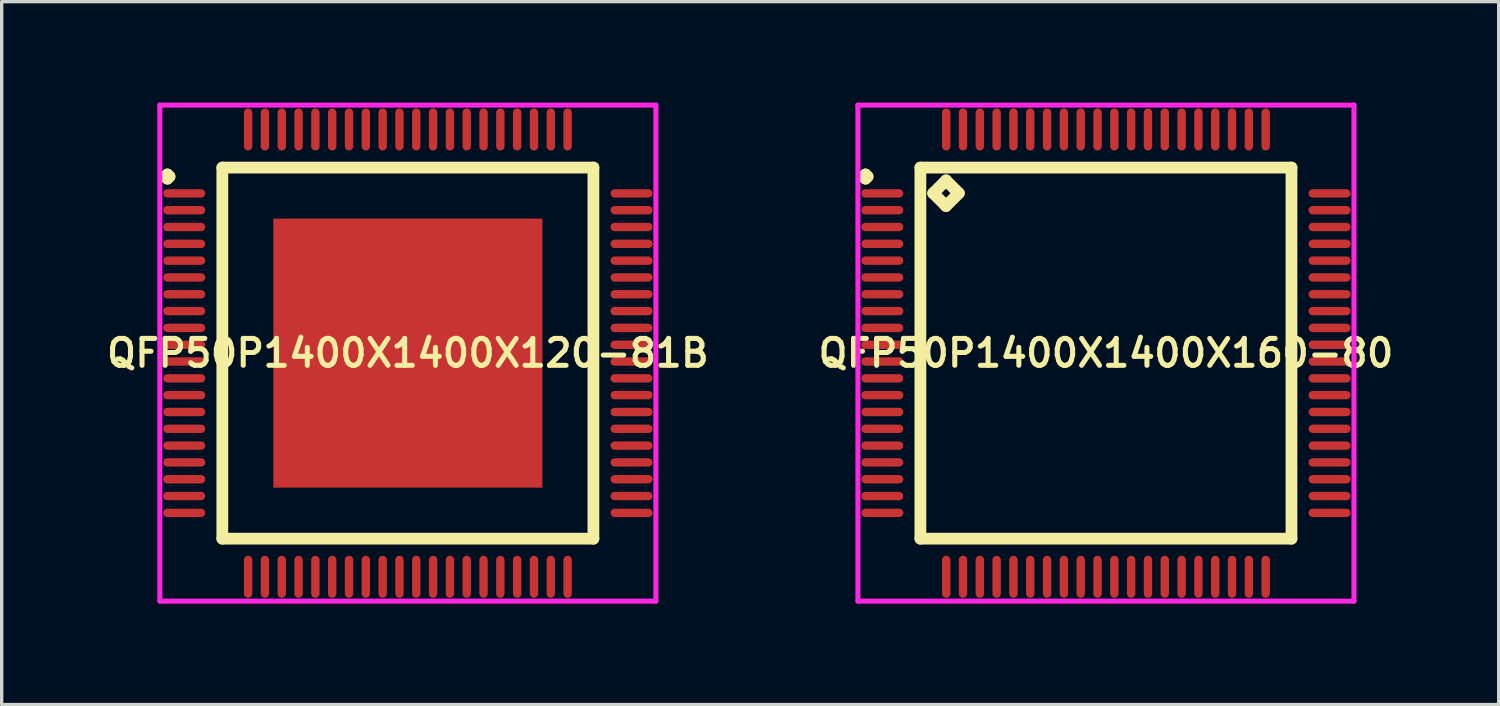
<source format=kicad_pcb>
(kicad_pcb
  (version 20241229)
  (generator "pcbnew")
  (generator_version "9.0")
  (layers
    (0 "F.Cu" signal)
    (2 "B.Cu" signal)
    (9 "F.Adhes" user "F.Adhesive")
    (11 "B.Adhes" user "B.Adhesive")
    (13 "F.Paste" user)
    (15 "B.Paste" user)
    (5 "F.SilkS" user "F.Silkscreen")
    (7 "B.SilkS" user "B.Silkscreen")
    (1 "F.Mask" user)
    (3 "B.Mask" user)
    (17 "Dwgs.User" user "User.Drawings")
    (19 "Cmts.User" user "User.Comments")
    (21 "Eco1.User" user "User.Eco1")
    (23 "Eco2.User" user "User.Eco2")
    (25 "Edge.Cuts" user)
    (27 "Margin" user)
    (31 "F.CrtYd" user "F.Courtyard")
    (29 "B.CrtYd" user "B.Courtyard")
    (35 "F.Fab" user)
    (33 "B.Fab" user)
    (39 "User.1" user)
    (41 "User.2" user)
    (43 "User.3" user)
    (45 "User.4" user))
  (footprint "QFP50P1400X1400X160-80"
    (layer "F.Cu")
    (at 29.835 7.45)
    (property "Reference" "QFP50P1400X1400X160-80" (at 0 0 0) (layer "F.SilkS") (effects (font (size 0.8 0.8) (thickness 0.15))))
    (attr smd)
    (fp_line (start -7.213 -5.25) (end -7.15 -5.312) (stroke (width 0.35) (type solid)) (layer "F.SilkS"))
    (fp_line (start -7.15 -5.312) (end -7.088 -5.25) (stroke (width 0.35) (type solid)) (layer "F.SilkS"))
    (fp_line (start -7.15 -5.188) (end -7.213 -5.25) (stroke (width 0.35) (type solid)) (layer "F.SilkS"))
    (fp_line (start -7.088 -5.25) (end -7.15 -5.188) (stroke (width 0.35) (type solid)) (layer "F.SilkS"))
    (fp_line (start -5.517 -5.517) (end -5.517 5.517) (stroke (width 0.35) (type solid)) (layer "F.SilkS"))
    (fp_line (start -5.517 5.517) (end 5.517 5.517) (stroke (width 0.35) (type solid)) (layer "F.SilkS"))
    (fp_line (start -5.136 -4.755) (end -4.755 -5.136) (stroke (width 0.35) (type solid)) (layer "F.SilkS"))
    (fp_line (start -4.755 -5.136) (end -4.374 -4.755) (stroke (width 0.35) (type solid)) (layer "F.SilkS"))
    (fp_line (start -4.755 -4.374) (end -5.136 -4.755) (stroke (width 0.35) (type solid)) (layer "F.SilkS"))
    (fp_line (start -4.374 -4.755) (end -4.755 -4.374) (stroke (width 0.35) (type solid)) (layer "F.SilkS"))
    (fp_line (start 5.517 -5.517) (end -5.517 -5.517) (stroke (width 0.35) (type solid)) (layer "F.SilkS"))
    (fp_line (start 5.517 5.517) (end 5.517 -5.517) (stroke (width 0.35) (type solid)) (layer "F.SilkS"))
    (fp_line (start -7.375 -7.375) (end 7.375 -7.375) (stroke (width 0.15) (type solid)) (layer "F.CrtYd"))
    (fp_line (start -7.375 7.375) (end -7.375 -7.375) (stroke (width 0.15) (type solid)) (layer "F.CrtYd"))
    (fp_line (start 7.375 -7.375) (end 7.375 7.375) (stroke (width 0.15) (type solid)) (layer "F.CrtYd"))
    (fp_line (start 7.375 7.375) (end -7.375 7.375) (stroke (width 0.15) (type solid)) (layer "F.CrtYd"))
    (pad "1" smd oval (at -6.65 -4.75) (size 1.25 0.25) (layers "F.Cu" "F.Mask" "F.Paste"))
    (pad "2" smd oval (at -6.65 -4.25) (size 1.25 0.25) (layers "F.Cu" "F.Mask" "F.Paste"))
    (pad "3" smd oval (at -6.65 -3.75) (size 1.25 0.25) (layers "F.Cu" "F.Mask" "F.Paste"))
    (pad "4" smd oval (at -6.65 -3.25) (size 1.25 0.25) (layers "F.Cu" "F.Mask" "F.Paste"))
    (pad "5" smd oval (at -6.65 -2.75) (size 1.25 0.25) (layers "F.Cu" "F.Mask" "F.Paste"))
    (pad "6" smd oval (at -6.65 -2.25) (size 1.25 0.25) (layers "F.Cu" "F.Mask" "F.Paste"))
    (pad "7" smd oval (at -6.65 -1.75) (size 1.25 0.25) (layers "F.Cu" "F.Mask" "F.Paste"))
    (pad "8" smd oval (at -6.65 -1.25) (size 1.25 0.25) (layers "F.Cu" "F.Mask" "F.Paste"))
    (pad "9" smd oval (at -6.65 -0.75) (size 1.25 0.25) (layers "F.Cu" "F.Mask" "F.Paste"))
    (pad "10" smd oval (at -6.65 -0.25) (size 1.25 0.25) (layers "F.Cu" "F.Mask" "F.Paste"))
    (pad "11" smd oval (at -6.65 0.25) (size 1.25 0.25) (layers "F.Cu" "F.Mask" "F.Paste"))
    (pad "12" smd oval (at -6.65 0.75) (size 1.25 0.25) (layers "F.Cu" "F.Mask" "F.Paste"))
    (pad "13" smd oval (at -6.65 1.25) (size 1.25 0.25) (layers "F.Cu" "F.Mask" "F.Paste"))
    (pad "14" smd oval (at -6.65 1.75) (size 1.25 0.25) (layers "F.Cu" "F.Mask" "F.Paste"))
    (pad "15" smd oval (at -6.65 2.25) (size 1.25 0.25) (layers "F.Cu" "F.Mask" "F.Paste"))
    (pad "16" smd oval (at -6.65 2.75) (size 1.25 0.25) (layers "F.Cu" "F.Mask" "F.Paste"))
    (pad "17" smd oval (at -6.65 3.25) (size 1.25 0.25) (layers "F.Cu" "F.Mask" "F.Paste"))
    (pad "18" smd oval (at -6.65 3.75) (size 1.25 0.25) (layers "F.Cu" "F.Mask" "F.Paste"))
    (pad "19" smd oval (at -6.65 4.25) (size 1.25 0.25) (layers "F.Cu" "F.Mask" "F.Paste"))
    (pad "20" smd oval (at -6.65 4.75) (size 1.25 0.25) (layers "F.Cu" "F.Mask" "F.Paste"))
    (pad "21" smd oval (at -4.75 6.65) (size 0.25 1.25) (layers "F.Cu" "F.Mask" "F.Paste"))
    (pad "22" smd oval (at -4.25 6.65) (size 0.25 1.25) (layers "F.Cu" "F.Mask" "F.Paste"))
    (pad "23" smd oval (at -3.75 6.65) (size 0.25 1.25) (layers "F.Cu" "F.Mask" "F.Paste"))
    (pad "24" smd oval (at -3.25 6.65) (size 0.25 1.25) (layers "F.Cu" "F.Mask" "F.Paste"))
    (pad "25" smd oval (at -2.75 6.65) (size 0.25 1.25) (layers "F.Cu" "F.Mask" "F.Paste"))
    (pad "26" smd oval (at -2.25 6.65) (size 0.25 1.25) (layers "F.Cu" "F.Mask" "F.Paste"))
    (pad "27" smd oval (at -1.75 6.65) (size 0.25 1.25) (layers "F.Cu" "F.Mask" "F.Paste"))
    (pad "28" smd oval (at -1.25 6.65) (size 0.25 1.25) (layers "F.Cu" "F.Mask" "F.Paste"))
    (pad "29" smd oval (at -0.75 6.65) (size 0.25 1.25) (layers "F.Cu" "F.Mask" "F.Paste"))
    (pad "30" smd oval (at -0.25 6.65) (size 0.25 1.25) (layers "F.Cu" "F.Mask" "F.Paste"))
    (pad "31" smd oval (at 0.25 6.65) (size 0.25 1.25) (layers "F.Cu" "F.Mask" "F.Paste"))
    (pad "32" smd oval (at 0.75 6.65) (size 0.25 1.25) (layers "F.Cu" "F.Mask" "F.Paste"))
    (pad "33" smd oval (at 1.25 6.65) (size 0.25 1.25) (layers "F.Cu" "F.Mask" "F.Paste"))
    (pad "34" smd oval (at 1.75 6.65) (size 0.25 1.25) (layers "F.Cu" "F.Mask" "F.Paste"))
    (pad "35" smd oval (at 2.25 6.65) (size 0.25 1.25) (layers "F.Cu" "F.Mask" "F.Paste"))
    (pad "36" smd oval (at 2.75 6.65) (size 0.25 1.25) (layers "F.Cu" "F.Mask" "F.Paste"))
    (pad "37" smd oval (at 3.25 6.65) (size 0.25 1.25) (layers "F.Cu" "F.Mask" "F.Paste"))
    (pad "38" smd oval (at 3.75 6.65) (size 0.25 1.25) (layers "F.Cu" "F.Mask" "F.Paste"))
    (pad "39" smd oval (at 4.25 6.65) (size 0.25 1.25) (layers "F.Cu" "F.Mask" "F.Paste"))
    (pad "40" smd oval (at 4.75 6.65) (size 0.25 1.25) (layers "F.Cu" "F.Mask" "F.Paste"))
    (pad "41" smd oval (at 6.65 4.75) (size 1.25 0.25) (layers "F.Cu" "F.Mask" "F.Paste"))
    (pad "42" smd oval (at 6.65 4.25) (size 1.25 0.25) (layers "F.Cu" "F.Mask" "F.Paste"))
    (pad "43" smd oval (at 6.65 3.75) (size 1.25 0.25) (layers "F.Cu" "F.Mask" "F.Paste"))
    (pad "44" smd oval (at 6.65 3.25) (size 1.25 0.25) (layers "F.Cu" "F.Mask" "F.Paste"))
    (pad "45" smd oval (at 6.65 2.75) (size 1.25 0.25) (layers "F.Cu" "F.Mask" "F.Paste"))
    (pad "46" smd oval (at 6.65 2.25) (size 1.25 0.25) (layers "F.Cu" "F.Mask" "F.Paste"))
    (pad "47" smd oval (at 6.65 1.75) (size 1.25 0.25) (layers "F.Cu" "F.Mask" "F.Paste"))
    (pad "48" smd oval (at 6.65 1.25) (size 1.25 0.25) (layers "F.Cu" "F.Mask" "F.Paste"))
    (pad "49" smd oval (at 6.65 0.75) (size 1.25 0.25) (layers "F.Cu" "F.Mask" "F.Paste"))
    (pad "50" smd oval (at 6.65 0.25) (size 1.25 0.25) (layers "F.Cu" "F.Mask" "F.Paste"))
    (pad "51" smd oval (at 6.65 -0.25) (size 1.25 0.25) (layers "F.Cu" "F.Mask" "F.Paste"))
    (pad "52" smd oval (at 6.65 -0.75) (size 1.25 0.25) (layers "F.Cu" "F.Mask" "F.Paste"))
    (pad "53" smd oval (at 6.65 -1.25) (size 1.25 0.25) (layers "F.Cu" "F.Mask" "F.Paste"))
    (pad "54" smd oval (at 6.65 -1.75) (size 1.25 0.25) (layers "F.Cu" "F.Mask" "F.Paste"))
    (pad "55" smd oval (at 6.65 -2.25) (size 1.25 0.25) (layers "F.Cu" "F.Mask" "F.Paste"))
    (pad "56" smd oval (at 6.65 -2.75) (size 1.25 0.25) (layers "F.Cu" "F.Mask" "F.Paste"))
    (pad "57" smd oval (at 6.65 -3.25) (size 1.25 0.25) (layers "F.Cu" "F.Mask" "F.Paste"))
    (pad "58" smd oval (at 6.65 -3.75) (size 1.25 0.25) (layers "F.Cu" "F.Mask" "F.Paste"))
    (pad "59" smd oval (at 6.65 -4.25) (size 1.25 0.25) (layers "F.Cu" "F.Mask" "F.Paste"))
    (pad "60" smd oval (at 6.65 -4.75) (size 1.25 0.25) (layers "F.Cu" "F.Mask" "F.Paste"))
    (pad "61" smd oval (at 4.75 -6.65) (size 0.25 1.25) (layers "F.Cu" "F.Mask" "F.Paste"))
    (pad "62" smd oval (at 4.25 -6.65) (size 0.25 1.25) (layers "F.Cu" "F.Mask" "F.Paste"))
    (pad "63" smd oval (at 3.75 -6.65) (size 0.25 1.25) (layers "F.Cu" "F.Mask" "F.Paste"))
    (pad "64" smd oval (at 3.25 -6.65) (size 0.25 1.25) (layers "F.Cu" "F.Mask" "F.Paste"))
    (pad "65" smd oval (at 2.75 -6.65) (size 0.25 1.25) (layers "F.Cu" "F.Mask" "F.Paste"))
    (pad "66" smd oval (at 2.25 -6.65) (size 0.25 1.25) (layers "F.Cu" "F.Mask" "F.Paste"))
    (pad "67" smd oval (at 1.75 -6.65) (size 0.25 1.25) (layers "F.Cu" "F.Mask" "F.Paste"))
    (pad "68" smd oval (at 1.25 -6.65) (size 0.25 1.25) (layers "F.Cu" "F.Mask" "F.Paste"))
    (pad "69" smd oval (at 0.75 -6.65) (size 0.25 1.25) (layers "F.Cu" "F.Mask" "F.Paste"))
    (pad "70" smd oval (at 0.25 -6.65) (size 0.25 1.25) (layers "F.Cu" "F.Mask" "F.Paste"))
    (pad "71" smd oval (at -0.25 -6.65) (size 0.25 1.25) (layers "F.Cu" "F.Mask" "F.Paste"))
    (pad "72" smd oval (at -0.75 -6.65) (size 0.25 1.25) (layers "F.Cu" "F.Mask" "F.Paste"))
    (pad "73" smd oval (at -1.25 -6.65) (size 0.25 1.25) (layers "F.Cu" "F.Mask" "F.Paste"))
    (pad "74" smd oval (at -1.75 -6.65) (size 0.25 1.25) (layers "F.Cu" "F.Mask" "F.Paste"))
    (pad "75" smd oval (at -2.25 -6.65) (size 0.25 1.25) (layers "F.Cu" "F.Mask" "F.Paste"))
    (pad "76" smd oval (at -2.75 -6.65) (size 0.25 1.25) (layers "F.Cu" "F.Mask" "F.Paste"))
    (pad "77" smd oval (at -3.25 -6.65) (size 0.25 1.25) (layers "F.Cu" "F.Mask" "F.Paste"))
    (pad "78" smd oval (at -3.75 -6.65) (size 0.25 1.25) (layers "F.Cu" "F.Mask" "F.Paste"))
    (pad "79" smd oval (at -4.25 -6.65) (size 0.25 1.25) (layers "F.Cu" "F.Mask" "F.Paste"))
    (pad "80" smd oval (at -4.75 -6.65) (size 0.25 1.25) (layers "F.Cu" "F.Mask" "F.Paste")))
  (footprint "QFP50P1400X1400X120-81B"
    (layer "F.Cu")
    (at 9.078 7.45)
    (property "Reference" "QFP50P1400X1400X120-81B" (at 0 0 0) (layer "F.SilkS") (effects (font (size 0.8 0.8) (thickness 0.15))))
    (attr smd)
    (fp_line (start -7.213 -5.25) (end -7.15 -5.312) (stroke (width 0.35) (type solid)) (layer "F.SilkS"))
    (fp_line (start -7.15 -5.312) (end -7.088 -5.25) (stroke (width 0.35) (type solid)) (layer "F.SilkS"))
    (fp_line (start -7.15 -5.188) (end -7.213 -5.25) (stroke (width 0.35) (type solid)) (layer "F.SilkS"))
    (fp_line (start -7.088 -5.25) (end -7.15 -5.188) (stroke (width 0.35) (type solid)) (layer "F.SilkS"))
    (fp_line (start -5.517 -5.517) (end -5.517 5.517) (stroke (width 0.35) (type solid)) (layer "F.SilkS"))
    (fp_line (start -5.517 5.517) (end 5.517 5.517) (stroke (width 0.35) (type solid)) (layer "F.SilkS"))
    (fp_line (start 5.517 -5.517) (end -5.517 -5.517) (stroke (width 0.35) (type solid)) (layer "F.SilkS"))
    (fp_line (start 5.517 5.517) (end 5.517 -5.517) (stroke (width 0.35) (type solid)) (layer "F.SilkS"))
    (fp_line (start -7.375 -7.375) (end 7.375 -7.375) (stroke (width 0.15) (type solid)) (layer "F.CrtYd"))
    (fp_line (start -7.375 7.375) (end -7.375 -7.375) (stroke (width 0.15) (type solid)) (layer "F.CrtYd"))
    (fp_line (start 7.375 -7.375) (end 7.375 7.375) (stroke (width 0.15) (type solid)) (layer "F.CrtYd"))
    (fp_line (start 7.375 7.375) (end -7.375 7.375) (stroke (width 0.15) (type solid)) (layer "F.CrtYd"))
    (pad "1" smd oval (at -6.65 -4.75) (size 1.25 0.25) (layers "F.Cu" "F.Mask" "F.Paste"))
    (pad "2" smd oval (at -6.65 -4.25) (size 1.25 0.25) (layers "F.Cu" "F.Mask" "F.Paste"))
    (pad "3" smd oval (at -6.65 -3.75) (size 1.25 0.25) (layers "F.Cu" "F.Mask" "F.Paste"))
    (pad "4" smd oval (at -6.65 -3.25) (size 1.25 0.25) (layers "F.Cu" "F.Mask" "F.Paste"))
    (pad "5" smd oval (at -6.65 -2.75) (size 1.25 0.25) (layers "F.Cu" "F.Mask" "F.Paste"))
    (pad "6" smd oval (at -6.65 -2.25) (size 1.25 0.25) (layers "F.Cu" "F.Mask" "F.Paste"))
    (pad "7" smd oval (at -6.65 -1.75) (size 1.25 0.25) (layers "F.Cu" "F.Mask" "F.Paste"))
    (pad "8" smd oval (at -6.65 -1.25) (size 1.25 0.25) (layers "F.Cu" "F.Mask" "F.Paste"))
    (pad "9" smd oval (at -6.65 -0.75) (size 1.25 0.25) (layers "F.Cu" "F.Mask" "F.Paste"))
    (pad "10" smd oval (at -6.65 -0.25) (size 1.25 0.25) (layers "F.Cu" "F.Mask" "F.Paste"))
    (pad "11" smd oval (at -6.65 0.25) (size 1.25 0.25) (layers "F.Cu" "F.Mask" "F.Paste"))
    (pad "12" smd oval (at -6.65 0.75) (size 1.25 0.25) (layers "F.Cu" "F.Mask" "F.Paste"))
    (pad "13" smd oval (at -6.65 1.25) (size 1.25 0.25) (layers "F.Cu" "F.Mask" "F.Paste"))
    (pad "14" smd oval (at -6.65 1.75) (size 1.25 0.25) (layers "F.Cu" "F.Mask" "F.Paste"))
    (pad "15" smd oval (at -6.65 2.25) (size 1.25 0.25) (layers "F.Cu" "F.Mask" "F.Paste"))
    (pad "16" smd oval (at -6.65 2.75) (size 1.25 0.25) (layers "F.Cu" "F.Mask" "F.Paste"))
    (pad "17" smd oval (at -6.65 3.25) (size 1.25 0.25) (layers "F.Cu" "F.Mask" "F.Paste"))
    (pad "18" smd oval (at -6.65 3.75) (size 1.25 0.25) (layers "F.Cu" "F.Mask" "F.Paste"))
    (pad "19" smd oval (at -6.65 4.25) (size 1.25 0.25) (layers "F.Cu" "F.Mask" "F.Paste"))
    (pad "20" smd oval (at -6.65 4.75) (size 1.25 0.25) (layers "F.Cu" "F.Mask" "F.Paste"))
    (pad "21" smd oval (at -4.75 6.65) (size 0.25 1.25) (layers "F.Cu" "F.Mask" "F.Paste"))
    (pad "22" smd oval (at -4.25 6.65) (size 0.25 1.25) (layers "F.Cu" "F.Mask" "F.Paste"))
    (pad "23" smd oval (at -3.75 6.65) (size 0.25 1.25) (layers "F.Cu" "F.Mask" "F.Paste"))
    (pad "24" smd oval (at -3.25 6.65) (size 0.25 1.25) (layers "F.Cu" "F.Mask" "F.Paste"))
    (pad "25" smd oval (at -2.75 6.65) (size 0.25 1.25) (layers "F.Cu" "F.Mask" "F.Paste"))
    (pad "26" smd oval (at -2.25 6.65) (size 0.25 1.25) (layers "F.Cu" "F.Mask" "F.Paste"))
    (pad "27" smd oval (at -1.75 6.65) (size 0.25 1.25) (layers "F.Cu" "F.Mask" "F.Paste"))
    (pad "28" smd oval (at -1.25 6.65) (size 0.25 1.25) (layers "F.Cu" "F.Mask" "F.Paste"))
    (pad "29" smd oval (at -0.75 6.65) (size 0.25 1.25) (layers "F.Cu" "F.Mask" "F.Paste"))
    (pad "30" smd oval (at -0.25 6.65) (size 0.25 1.25) (layers "F.Cu" "F.Mask" "F.Paste"))
    (pad "31" smd oval (at 0.25 6.65) (size 0.25 1.25) (layers "F.Cu" "F.Mask" "F.Paste"))
    (pad "32" smd oval (at 0.75 6.65) (size 0.25 1.25) (layers "F.Cu" "F.Mask" "F.Paste"))
    (pad "33" smd oval (at 1.25 6.65) (size 0.25 1.25) (layers "F.Cu" "F.Mask" "F.Paste"))
    (pad "34" smd oval (at 1.75 6.65) (size 0.25 1.25) (layers "F.Cu" "F.Mask" "F.Paste"))
    (pad "35" smd oval (at 2.25 6.65) (size 0.25 1.25) (layers "F.Cu" "F.Mask" "F.Paste"))
    (pad "36" smd oval (at 2.75 6.65) (size 0.25 1.25) (layers "F.Cu" "F.Mask" "F.Paste"))
    (pad "37" smd oval (at 3.25 6.65) (size 0.25 1.25) (layers "F.Cu" "F.Mask" "F.Paste"))
    (pad "38" smd oval (at 3.75 6.65) (size 0.25 1.25) (layers "F.Cu" "F.Mask" "F.Paste"))
    (pad "39" smd oval (at 4.25 6.65) (size 0.25 1.25) (layers "F.Cu" "F.Mask" "F.Paste"))
    (pad "40" smd oval (at 4.75 6.65) (size 0.25 1.25) (layers "F.Cu" "F.Mask" "F.Paste"))
    (pad "41" smd oval (at 6.65 4.75) (size 1.25 0.25) (layers "F.Cu" "F.Mask" "F.Paste"))
    (pad "42" smd oval (at 6.65 4.25) (size 1.25 0.25) (layers "F.Cu" "F.Mask" "F.Paste"))
    (pad "43" smd oval (at 6.65 3.75) (size 1.25 0.25) (layers "F.Cu" "F.Mask" "F.Paste"))
    (pad "44" smd oval (at 6.65 3.25) (size 1.25 0.25) (layers "F.Cu" "F.Mask" "F.Paste"))
    (pad "45" smd oval (at 6.65 2.75) (size 1.25 0.25) (layers "F.Cu" "F.Mask" "F.Paste"))
    (pad "46" smd oval (at 6.65 2.25) (size 1.25 0.25) (layers "F.Cu" "F.Mask" "F.Paste"))
    (pad "47" smd oval (at 6.65 1.75) (size 1.25 0.25) (layers "F.Cu" "F.Mask" "F.Paste"))
    (pad "48" smd oval (at 6.65 1.25) (size 1.25 0.25) (layers "F.Cu" "F.Mask" "F.Paste"))
    (pad "49" smd oval (at 6.65 0.75) (size 1.25 0.25) (layers "F.Cu" "F.Mask" "F.Paste"))
    (pad "50" smd oval (at 6.65 0.25) (size 1.25 0.25) (layers "F.Cu" "F.Mask" "F.Paste"))
    (pad "51" smd oval (at 6.65 -0.25) (size 1.25 0.25) (layers "F.Cu" "F.Mask" "F.Paste"))
    (pad "52" smd oval (at 6.65 -0.75) (size 1.25 0.25) (layers "F.Cu" "F.Mask" "F.Paste"))
    (pad "53" smd oval (at 6.65 -1.25) (size 1.25 0.25) (layers "F.Cu" "F.Mask" "F.Paste"))
    (pad "54" smd oval (at 6.65 -1.75) (size 1.25 0.25) (layers "F.Cu" "F.Mask" "F.Paste"))
    (pad "55" smd oval (at 6.65 -2.25) (size 1.25 0.25) (layers "F.Cu" "F.Mask" "F.Paste"))
    (pad "56" smd oval (at 6.65 -2.75) (size 1.25 0.25) (layers "F.Cu" "F.Mask" "F.Paste"))
    (pad "57" smd oval (at 6.65 -3.25) (size 1.25 0.25) (layers "F.Cu" "F.Mask" "F.Paste"))
    (pad "58" smd oval (at 6.65 -3.75) (size 1.25 0.25) (layers "F.Cu" "F.Mask" "F.Paste"))
    (pad "59" smd oval (at 6.65 -4.25) (size 1.25 0.25) (layers "F.Cu" "F.Mask" "F.Paste"))
    (pad "60" smd oval (at 6.65 -4.75) (size 1.25 0.25) (layers "F.Cu" "F.Mask" "F.Paste"))
    (pad "61" smd oval (at 4.75 -6.65) (size 0.25 1.25) (layers "F.Cu" "F.Mask" "F.Paste"))
    (pad "62" smd oval (at 4.25 -6.65) (size 0.25 1.25) (layers "F.Cu" "F.Mask" "F.Paste"))
    (pad "63" smd oval (at 3.75 -6.65) (size 0.25 1.25) (layers "F.Cu" "F.Mask" "F.Paste"))
    (pad "64" smd oval (at 3.25 -6.65) (size 0.25 1.25) (layers "F.Cu" "F.Mask" "F.Paste"))
    (pad "65" smd oval (at 2.75 -6.65) (size 0.25 1.25) (layers "F.Cu" "F.Mask" "F.Paste"))
    (pad "66" smd oval (at 2.25 -6.65) (size 0.25 1.25) (layers "F.Cu" "F.Mask" "F.Paste"))
    (pad "67" smd oval (at 1.75 -6.65) (size 0.25 1.25) (layers "F.Cu" "F.Mask" "F.Paste"))
    (pad "68" smd oval (at 1.25 -6.65) (size 0.25 1.25) (layers "F.Cu" "F.Mask" "F.Paste"))
    (pad "69" smd oval (at 0.75 -6.65) (size 0.25 1.25) (layers "F.Cu" "F.Mask" "F.Paste"))
    (pad "70" smd oval (at 0.25 -6.65) (size 0.25 1.25) (layers "F.Cu" "F.Mask" "F.Paste"))
    (pad "71" smd oval (at -0.25 -6.65) (size 0.25 1.25) (layers "F.Cu" "F.Mask" "F.Paste"))
    (pad "72" smd oval (at -0.75 -6.65) (size 0.25 1.25) (layers "F.Cu" "F.Mask" "F.Paste"))
    (pad "73" smd oval (at -1.25 -6.65) (size 0.25 1.25) (layers "F.Cu" "F.Mask" "F.Paste"))
    (pad "74" smd oval (at -1.75 -6.65) (size 0.25 1.25) (layers "F.Cu" "F.Mask" "F.Paste"))
    (pad "75" smd oval (at -2.25 -6.65) (size 0.25 1.25) (layers "F.Cu" "F.Mask" "F.Paste"))
    (pad "76" smd oval (at -2.75 -6.65) (size 0.25 1.25) (layers "F.Cu" "F.Mask" "F.Paste"))
    (pad "77" smd oval (at -3.25 -6.65) (size 0.25 1.25) (layers "F.Cu" "F.Mask" "F.Paste"))
    (pad "78" smd oval (at -3.75 -6.65) (size 0.25 1.25) (layers "F.Cu" "F.Mask" "F.Paste"))
    (pad "79" smd oval (at -4.25 -6.65) (size 0.25 1.25) (layers "F.Cu" "F.Mask" "F.Paste"))
    (pad "80" smd oval (at -4.75 -6.65) (size 0.25 1.25) (layers "F.Cu" "F.Mask" "F.Paste"))
    (pad "81" smd rect (at 0 0) (size 8 8) (layers "F.Cu" "F.Mask" "F.Paste")))
  (gr_rect
    (start -3 -3)
    (end 41.513 17.9)
    (stroke (width 0.1) (type default))
    (fill no)
    (layer "Edge.Cuts")))
</source>
